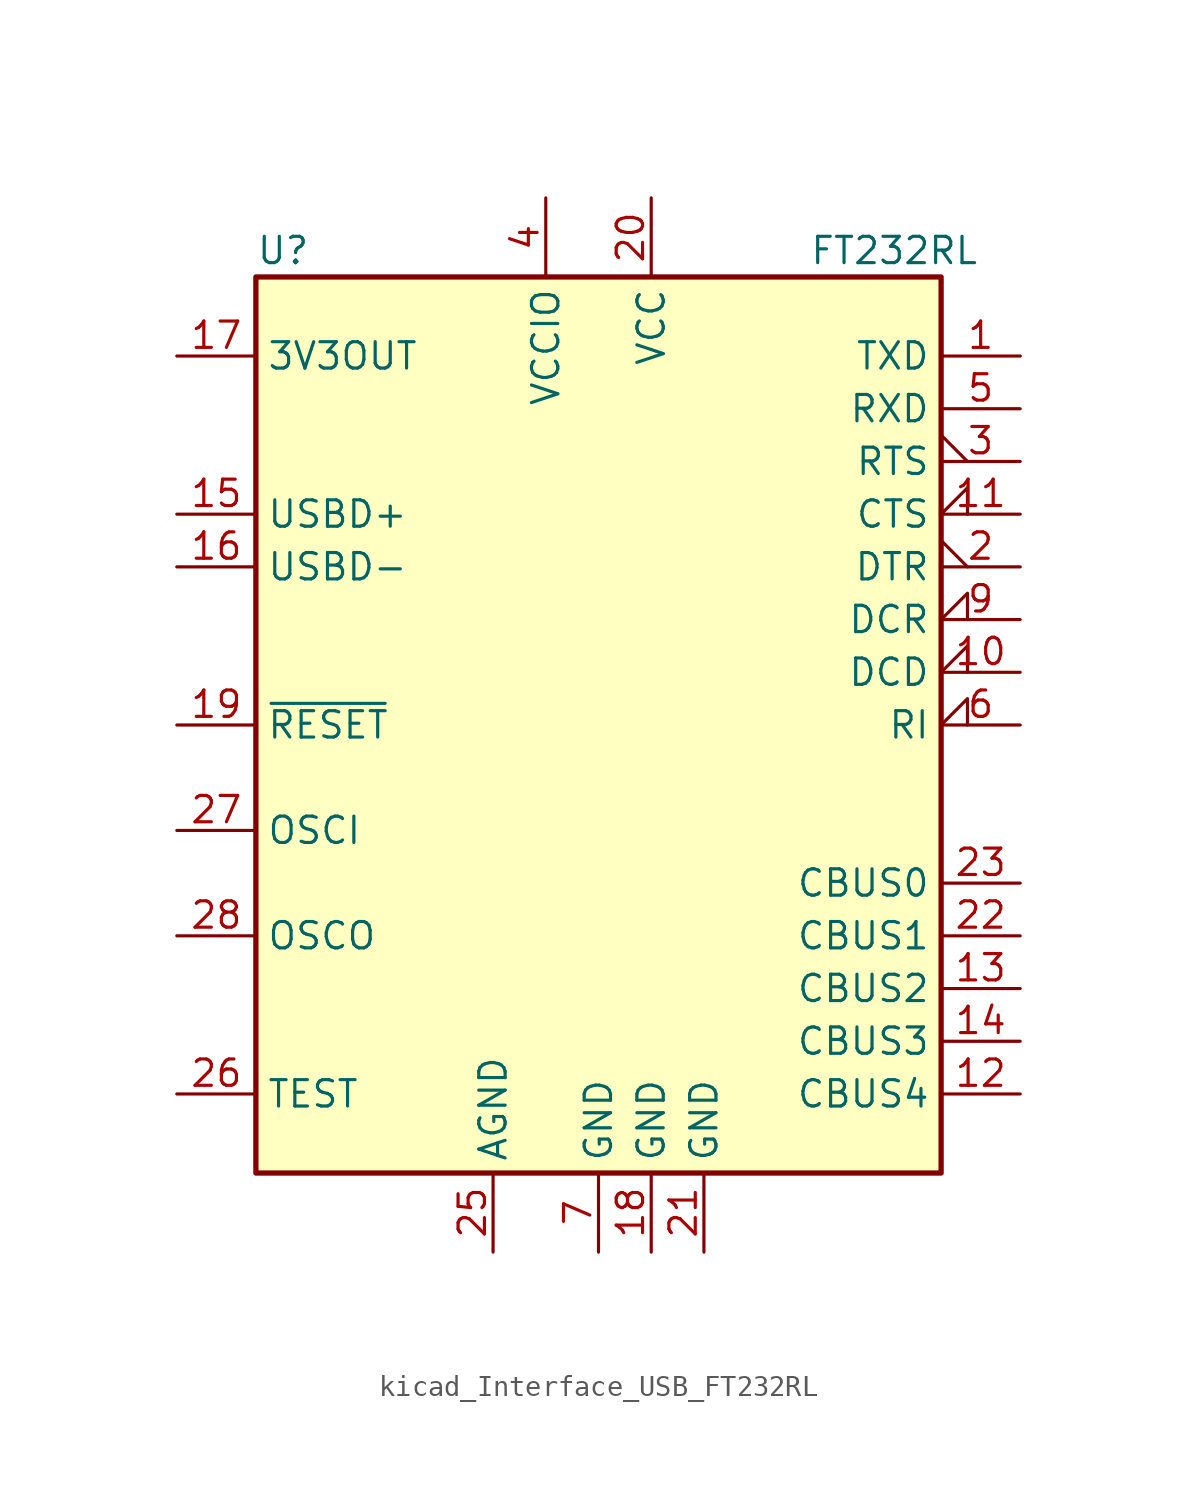
<source format=kicad_sym>
(kicad_symbol_lib
  (version 20220914)
  (generator kicad_symbol_editor)
  (symbol "kicad_Interface_USB_FT232RL"
    (property "Reference" "U"
      (at -16.51 22.86 0)
      (effects (font (size 1.27 1.27)) (justify left)))
    (property "Value" "FT232RL"
      (at 10.16 22.86 0)
      (effects (font (size 1.27 1.27)) (justify left)))
    (symbol "kicad_Interface_USB_FT232RL_0_1"
      (rectangle (start -16.51 21.59) (end 16.51 -21.59) (stroke (width 0.254) (type default)) (fill (type background))))
    (symbol "kicad_Interface_USB_FT232RL_1_1"
      (pin output line (at 20.32 17.78 180) (length 3.81) (name "TXD" (effects (font (size 1.27 1.27)))) (number "1" (effects (font (size 1.27 1.27)))))
      (pin input input_low (at 20.32 2.54 180) (length 3.81) (name "DCD" (effects (font (size 1.27 1.27)))) (number "10" (effects (font (size 1.27 1.27)))))
      (pin input input_low (at 20.32 10.16 180) (length 3.81) (name "CTS" (effects (font (size 1.27 1.27)))) (number "11" (effects (font (size 1.27 1.27)))))
      (pin bidirectional line (at 20.32 -17.78 180) (length 3.81) (name "CBUS4" (effects (font (size 1.27 1.27)))) (number "12" (effects (font (size 1.27 1.27)))))
      (pin bidirectional line (at 20.32 -12.7 180) (length 3.81) (name "CBUS2" (effects (font (size 1.27 1.27)))) (number "13" (effects (font (size 1.27 1.27)))))
      (pin bidirectional line (at 20.32 -15.24 180) (length 3.81) (name "CBUS3" (effects (font (size 1.27 1.27)))) (number "14" (effects (font (size 1.27 1.27)))))
      (pin bidirectional line (at -20.32 10.16 0) (length 3.81) (name "USBD+" (effects (font (size 1.27 1.27)))) (number "15" (effects (font (size 1.27 1.27)))))
      (pin bidirectional line (at -20.32 7.62 0) (length 3.81) (name "USBD-" (effects (font (size 1.27 1.27)))) (number "16" (effects (font (size 1.27 1.27)))))
      (pin power_out line (at -20.32 17.78 0) (length 3.81) (name "3V3OUT" (effects (font (size 1.27 1.27)))) (number "17" (effects (font (size 1.27 1.27)))))
      (pin power_in line (at 2.54 -25.4 90) (length 3.81) (name "GND" (effects (font (size 1.27 1.27)))) (number "18" (effects (font (size 1.27 1.27)))))
      (pin input line (at -20.32 0 0) (length 3.81) (name "~{RESET}" (effects (font (size 1.27 1.27)))) (number "19" (effects (font (size 1.27 1.27)))))
      (pin output output_low (at 20.32 7.62 180) (length 3.81) (name "DTR" (effects (font (size 1.27 1.27)))) (number "2" (effects (font (size 1.27 1.27)))))
      (pin power_in line (at 2.54 25.4 270) (length 3.81) (name "VCC" (effects (font (size 1.27 1.27)))) (number "20" (effects (font (size 1.27 1.27)))))
      (pin power_in line (at 5.08 -25.4 90) (length 3.81) (name "GND" (effects (font (size 1.27 1.27)))) (number "21" (effects (font (size 1.27 1.27)))))
      (pin bidirectional line (at 20.32 -10.16 180) (length 3.81) (name "CBUS1" (effects (font (size 1.27 1.27)))) (number "22" (effects (font (size 1.27 1.27)))))
      (pin bidirectional line (at 20.32 -7.62 180) (length 3.81) (name "CBUS0" (effects (font (size 1.27 1.27)))) (number "23" (effects (font (size 1.27 1.27)))))
      (pin power_in line (at -5.08 -25.4 90) (length 3.81) (name "AGND" (effects (font (size 1.27 1.27)))) (number "25" (effects (font (size 1.27 1.27)))))
      (pin input line (at -20.32 -17.78 0) (length 3.81) (name "TEST" (effects (font (size 1.27 1.27)))) (number "26" (effects (font (size 1.27 1.27)))))
      (pin input line (at -20.32 -5.08 0) (length 3.81) (name "OSCI" (effects (font (size 1.27 1.27)))) (number "27" (effects (font (size 1.27 1.27)))))
      (pin output line (at -20.32 -10.16 0) (length 3.81) (name "OSCO" (effects (font (size 1.27 1.27)))) (number "28" (effects (font (size 1.27 1.27)))))
      (pin output output_low (at 20.32 12.7 180) (length 3.81) (name "RTS" (effects (font (size 1.27 1.27)))) (number "3" (effects (font (size 1.27 1.27)))))
      (pin power_in line (at -2.54 25.4 270) (length 3.81) (name "VCCIO" (effects (font (size 1.27 1.27)))) (number "4" (effects (font (size 1.27 1.27)))))
      (pin input line (at 20.32 15.24 180) (length 3.81) (name "RXD" (effects (font (size 1.27 1.27)))) (number "5" (effects (font (size 1.27 1.27)))))
      (pin input input_low (at 20.32 0 180) (length 3.81) (name "RI" (effects (font (size 1.27 1.27)))) (number "6" (effects (font (size 1.27 1.27)))))
      (pin power_in line (at 0 -25.4 90) (length 3.81) (name "GND" (effects (font (size 1.27 1.27)))) (number "7" (effects (font (size 1.27 1.27)))))
      (pin input input_low (at 20.32 5.08 180) (length 3.81) (name "DCR" (effects (font (size 1.27 1.27)))) (number "9" (effects (font (size 1.27 1.27))))))))
</source>
